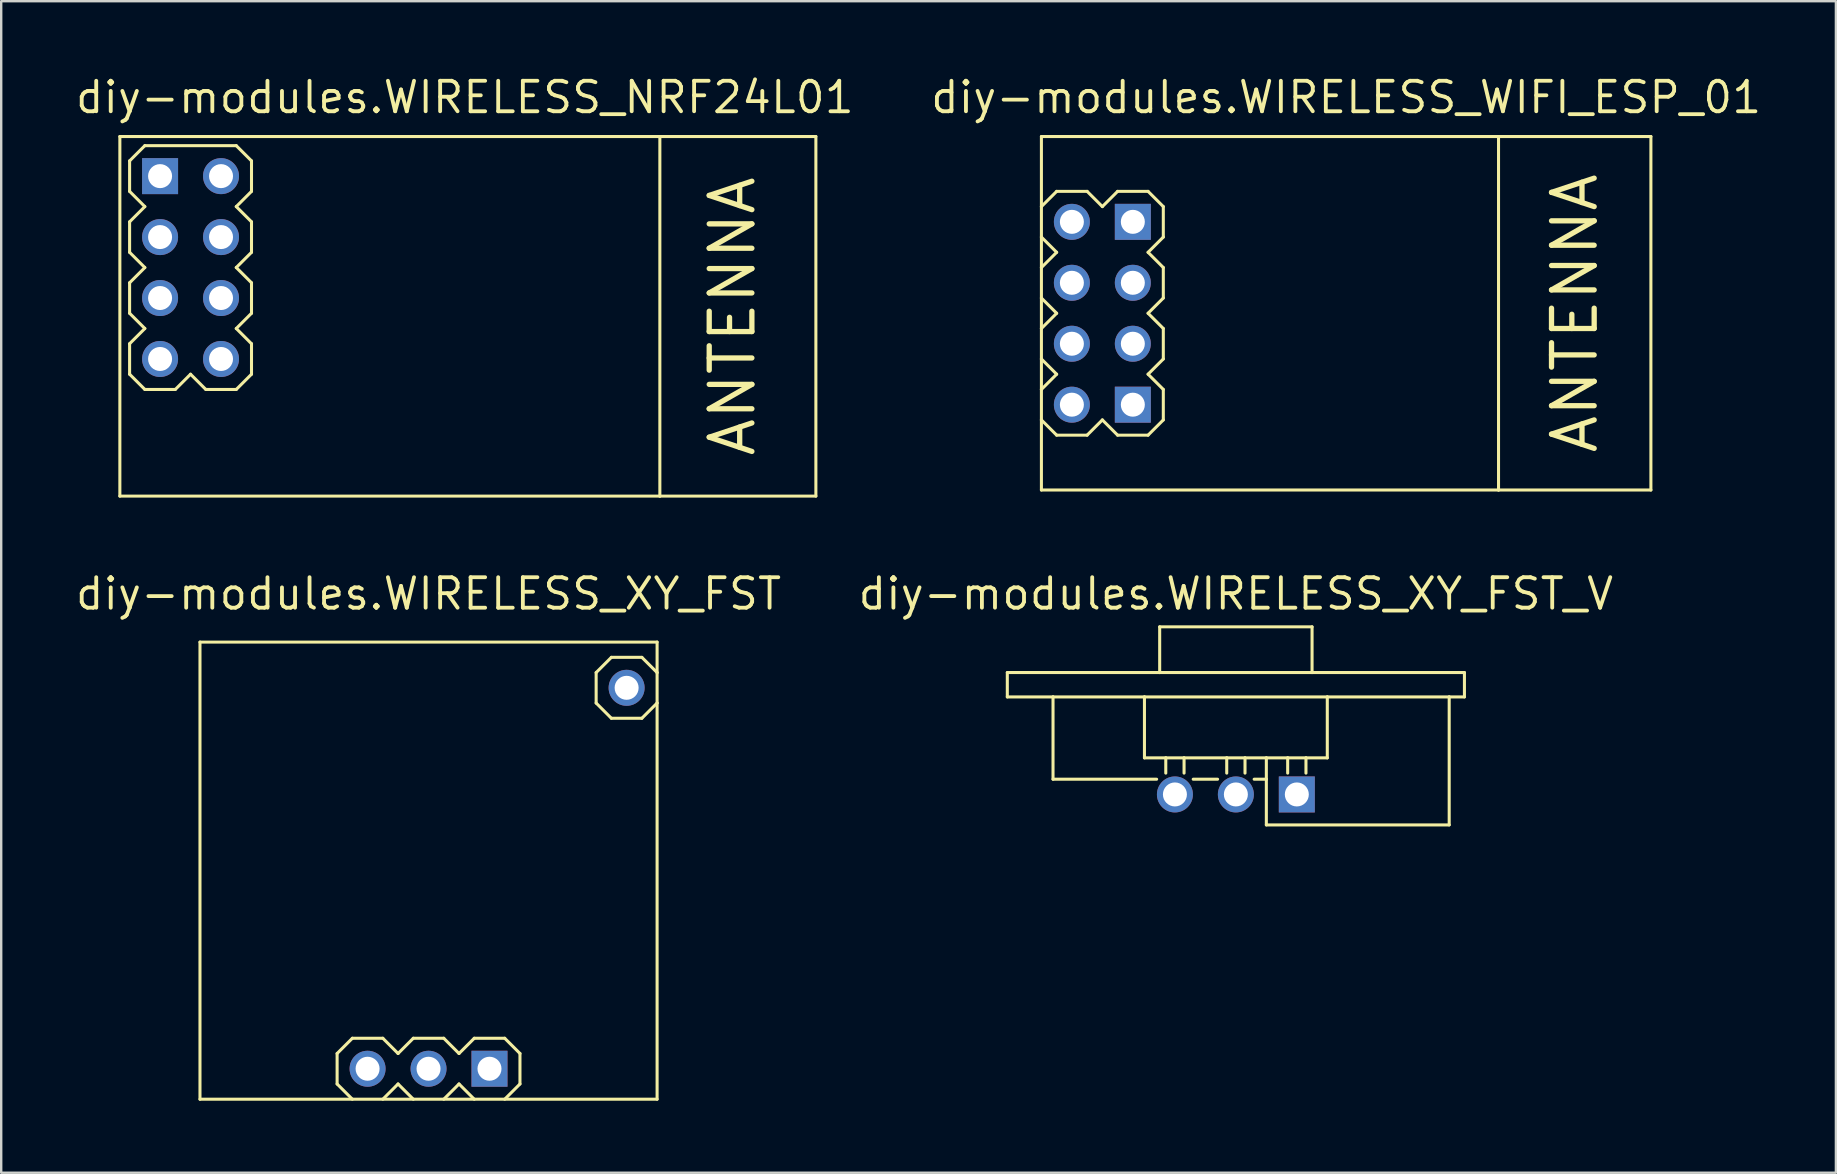
<source format=kicad_pcb>
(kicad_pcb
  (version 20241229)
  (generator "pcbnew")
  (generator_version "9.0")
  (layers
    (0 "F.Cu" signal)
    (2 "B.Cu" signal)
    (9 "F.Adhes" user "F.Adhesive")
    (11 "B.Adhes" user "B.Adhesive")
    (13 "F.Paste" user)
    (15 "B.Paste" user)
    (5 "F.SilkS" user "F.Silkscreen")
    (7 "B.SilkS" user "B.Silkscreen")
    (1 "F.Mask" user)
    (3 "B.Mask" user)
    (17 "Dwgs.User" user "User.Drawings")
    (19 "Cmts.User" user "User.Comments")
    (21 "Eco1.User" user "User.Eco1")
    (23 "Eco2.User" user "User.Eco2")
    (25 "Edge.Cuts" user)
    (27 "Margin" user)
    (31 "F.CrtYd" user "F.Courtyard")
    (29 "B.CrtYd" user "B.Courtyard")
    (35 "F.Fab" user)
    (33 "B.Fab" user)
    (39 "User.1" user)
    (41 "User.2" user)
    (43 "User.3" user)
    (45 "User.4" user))
  (footprint "diy-modules.WIRELESS_WIFI_ESP_01"
    (layer "F.Cu")
    (at 53.05 10.005)
    (property "Reference" "diy-modules.WIRELESS_WIFI_ESP_01" (at 0 -8.255 0) (layer "F.SilkS") (effects (font (size 1.27 1.27) (thickness 0.16)) (justify bottom)))
    (attr through_hole)
    (fp_line (start -12.7 -7.366) (end 6.35 -7.366) (stroke (width 0.127) (type default)) (layer "F.SilkS"))
    (fp_line (start -12.7 -4.445) (end -12.7 -7.366) (stroke (width 0.127) (type default)) (layer "F.SilkS"))
    (fp_line (start -12.7 -4.445) (end -12.065 -5.08) (stroke (width 0.127) (type default)) (layer "F.SilkS"))
    (fp_line (start -12.7 -3.175) (end -12.7 -4.445) (stroke (width 0.127) (type default)) (layer "F.SilkS"))
    (fp_line (start -12.7 -1.905) (end -12.7 -3.175) (stroke (width 0.127) (type default)) (layer "F.SilkS"))
    (fp_line (start -12.7 -1.905) (end -12.065 -2.54) (stroke (width 0.127) (type default)) (layer "F.SilkS"))
    (fp_line (start -12.7 -0.635) (end -12.7 -1.905) (stroke (width 0.127) (type default)) (layer "F.SilkS"))
    (fp_line (start -12.7 0.635) (end -12.7 -0.635) (stroke (width 0.127) (type default)) (layer "F.SilkS"))
    (fp_line (start -12.7 0.635) (end -12.065 0) (stroke (width 0.127) (type default)) (layer "F.SilkS"))
    (fp_line (start -12.7 1.905) (end -12.7 0.635) (stroke (width 0.127) (type default)) (layer "F.SilkS"))
    (fp_line (start -12.7 3.175) (end -12.7 1.905) (stroke (width 0.127) (type default)) (layer "F.SilkS"))
    (fp_line (start -12.7 3.175) (end -12.065 2.54) (stroke (width 0.127) (type default)) (layer "F.SilkS"))
    (fp_line (start -12.7 4.445) (end -12.7 3.175) (stroke (width 0.127) (type default)) (layer "F.SilkS"))
    (fp_line (start -12.7 7.366) (end -12.7 4.445) (stroke (width 0.127) (type default)) (layer "F.SilkS"))
    (fp_line (start -12.065 -5.08) (end -10.795 -5.08) (stroke (width 0.127) (type default)) (layer "F.SilkS"))
    (fp_line (start -12.065 -2.54) (end -12.7 -3.175) (stroke (width 0.127) (type default)) (layer "F.SilkS"))
    (fp_line (start -12.065 0) (end -12.7 -0.635) (stroke (width 0.127) (type default)) (layer "F.SilkS"))
    (fp_line (start -12.065 2.54) (end -12.7 1.905) (stroke (width 0.127) (type default)) (layer "F.SilkS"))
    (fp_line (start -12.065 5.08) (end -12.7 4.445) (stroke (width 0.127) (type default)) (layer "F.SilkS"))
    (fp_line (start -10.795 -5.08) (end -10.16 -4.445) (stroke (width 0.127) (type default)) (layer "F.SilkS"))
    (fp_line (start -10.795 5.08) (end -12.065 5.08) (stroke (width 0.127) (type default)) (layer "F.SilkS"))
    (fp_line (start -10.16 -4.445) (end -9.525 -5.08) (stroke (width 0.127) (type default)) (layer "F.SilkS"))
    (fp_line (start -10.16 4.445) (end -10.795 5.08) (stroke (width 0.127) (type default)) (layer "F.SilkS"))
    (fp_line (start -9.525 -5.08) (end -8.255 -5.08) (stroke (width 0.127) (type default)) (layer "F.SilkS"))
    (fp_line (start -9.525 5.08) (end -10.16 4.445) (stroke (width 0.127) (type default)) (layer "F.SilkS"))
    (fp_line (start -8.255 -5.08) (end -7.62 -4.445) (stroke (width 0.127) (type default)) (layer "F.SilkS"))
    (fp_line (start -8.255 -2.54) (end -7.62 -1.905) (stroke (width 0.127) (type default)) (layer "F.SilkS"))
    (fp_line (start -8.255 0) (end -7.62 0.635) (stroke (width 0.127) (type default)) (layer "F.SilkS"))
    (fp_line (start -8.255 2.54) (end -7.62 3.175) (stroke (width 0.127) (type default)) (layer "F.SilkS"))
    (fp_line (start -8.255 5.08) (end -9.525 5.08) (stroke (width 0.127) (type default)) (layer "F.SilkS"))
    (fp_line (start -7.62 -4.445) (end -7.62 -3.175) (stroke (width 0.127) (type default)) (layer "F.SilkS"))
    (fp_line (start -7.62 -3.175) (end -8.255 -2.54) (stroke (width 0.127) (type default)) (layer "F.SilkS"))
    (fp_line (start -7.62 -1.905) (end -7.62 -0.635) (stroke (width 0.127) (type default)) (layer "F.SilkS"))
    (fp_line (start -7.62 -0.635) (end -8.255 0) (stroke (width 0.127) (type default)) (layer "F.SilkS"))
    (fp_line (start -7.62 0.635) (end -7.62 1.905) (stroke (width 0.127) (type default)) (layer "F.SilkS"))
    (fp_line (start -7.62 1.905) (end -8.255 2.54) (stroke (width 0.127) (type default)) (layer "F.SilkS"))
    (fp_line (start -7.62 3.175) (end -7.62 4.445) (stroke (width 0.127) (type default)) (layer "F.SilkS"))
    (fp_line (start -7.62 4.445) (end -8.255 5.08) (stroke (width 0.127) (type default)) (layer "F.SilkS"))
    (fp_line (start 6.35 -7.366) (end 6.35 7.366) (stroke (width 0.127) (type default)) (layer "F.SilkS"))
    (fp_line (start 6.35 -7.366) (end 12.7 -7.366) (stroke (width 0.127) (type default)) (layer "F.SilkS"))
    (fp_line (start 6.35 7.366) (end -12.7 7.366) (stroke (width 0.127) (type default)) (layer "F.SilkS"))
    (fp_line (start 12.7 -7.366) (end 12.7 7.366) (stroke (width 0.127) (type default)) (layer "F.SilkS"))
    (fp_line (start 12.7 7.366) (end 6.35 7.366) (stroke (width 0.127) (type default)) (layer "F.SilkS"))
    (fp_text user "ANTENNA" (at 9.525 0 90) (layer "F.SilkS") (effects (font (size 1.778 1.778) (thickness 0.22))))
    (pad "A1" thru_hole rect (at -8.89 -3.81) (size 1.5 1.5) (drill 1) (layers "*.Cu" "*.Mask"))
    (pad "A2" thru_hole circle (at -11.43 -3.81) (size 1.5 1.5) (drill 1) (layers "*.Cu" "*.Mask"))
    (pad "B1" thru_hole circle (at -8.89 -1.27) (size 1.5 1.5) (drill 1) (layers "*.Cu" "*.Mask"))
    (pad "B2" thru_hole circle (at -11.43 -1.27) (size 1.5 1.5) (drill 1) (layers "*.Cu" "*.Mask"))
    (pad "C1" thru_hole circle (at -8.89 1.27) (size 1.5 1.5) (drill 1) (layers "*.Cu" "*.Mask"))
    (pad "C2" thru_hole circle (at -11.43 1.27) (size 1.5 1.5) (drill 1) (layers "*.Cu" "*.Mask"))
    (pad "D1" thru_hole rect (at -8.89 3.81) (size 1.5 1.5) (drill 1) (layers "*.Cu" "*.Mask"))
    (pad "D2" thru_hole circle (at -11.43 3.81) (size 1.5 1.5) (drill 1) (layers "*.Cu" "*.Mask")))
  (footprint "diy-modules.WIRELESS_XY_FST_V"
    (layer "F.Cu")
    (at 48.454 30.058)
    (property "Reference" "diy-modules.WIRELESS_XY_FST_V" (at 0 -7.62 0) (layer "F.SilkS") (effects (font (size 1.27 1.27) (thickness 0.16)) (justify bottom)))
    (attr through_hole)
    (fp_line (start -9.525 -5.08) (end -3.175 -5.08) (stroke (width 0.127) (type default)) (layer "F.SilkS"))
    (fp_line (start -9.525 -4.064) (end -9.525 -5.08) (stroke (width 0.127) (type default)) (layer "F.SilkS"))
    (fp_line (start -7.62 -4.064) (end -9.525 -4.064) (stroke (width 0.127) (type default)) (layer "F.SilkS"))
    (fp_line (start -7.62 -4.064) (end -7.62 -0.635) (stroke (width 0.127) (type default)) (layer "F.SilkS"))
    (fp_line (start -7.62 -0.635) (end -3.302 -0.635) (stroke (width 0.127) (type default)) (layer "F.SilkS"))
    (fp_line (start -3.81 -4.064) (end -7.62 -4.064) (stroke (width 0.127) (type default)) (layer "F.SilkS"))
    (fp_line (start -3.81 -1.524) (end -3.81 -4.064) (stroke (width 0.127) (type default)) (layer "F.SilkS"))
    (fp_line (start -3.175 -6.985) (end -3.175 -5.08) (stroke (width 0.127) (type default)) (layer "F.SilkS"))
    (fp_line (start -3.175 -5.08) (end 3.175 -5.08) (stroke (width 0.127) (type default)) (layer "F.SilkS"))
    (fp_line (start -2.921 -1.524) (end -3.81 -1.524) (stroke (width 0.127) (type default)) (layer "F.SilkS"))
    (fp_line (start -2.921 -1.524) (end -2.921 -0.889) (stroke (width 0.127) (type default)) (layer "F.SilkS"))
    (fp_line (start -2.159 -1.524) (end -2.921 -1.524) (stroke (width 0.127) (type default)) (layer "F.SilkS"))
    (fp_line (start -2.159 -1.524) (end -2.159 -0.889) (stroke (width 0.127) (type default)) (layer "F.SilkS"))
    (fp_line (start -1.778 -0.635) (end -0.762 -0.635) (stroke (width 0.127) (type default)) (layer "F.SilkS"))
    (fp_line (start -0.381 -1.524) (end -2.159 -1.524) (stroke (width 0.127) (type default)) (layer "F.SilkS"))
    (fp_line (start -0.381 -1.524) (end -0.381 -0.889) (stroke (width 0.127) (type default)) (layer "F.SilkS"))
    (fp_line (start 0.381 -1.524) (end -0.381 -1.524) (stroke (width 0.127) (type default)) (layer "F.SilkS"))
    (fp_line (start 0.381 -1.524) (end 0.381 -0.889) (stroke (width 0.127) (type default)) (layer "F.SilkS"))
    (fp_line (start 0.762 -0.635) (end 1.27 -0.635) (stroke (width 0.127) (type default)) (layer "F.SilkS"))
    (fp_line (start 1.27 -1.524) (end 0.381 -1.524) (stroke (width 0.127) (type default)) (layer "F.SilkS"))
    (fp_line (start 1.27 -0.635) (end 1.27 -1.524) (stroke (width 0.127) (type default)) (layer "F.SilkS"))
    (fp_line (start 1.27 1.27) (end 1.27 -0.635) (stroke (width 0.127) (type default)) (layer "F.SilkS"))
    (fp_line (start 2.159 -1.524) (end 1.27 -1.524) (stroke (width 0.127) (type default)) (layer "F.SilkS"))
    (fp_line (start 2.159 -1.524) (end 2.159 -0.889) (stroke (width 0.127) (type default)) (layer "F.SilkS"))
    (fp_line (start 2.921 -1.524) (end 2.159 -1.524) (stroke (width 0.127) (type default)) (layer "F.SilkS"))
    (fp_line (start 2.921 -1.524) (end 2.921 -0.889) (stroke (width 0.127) (type default)) (layer "F.SilkS"))
    (fp_line (start 3.175 -6.985) (end -3.175 -6.985) (stroke (width 0.127) (type default)) (layer "F.SilkS"))
    (fp_line (start 3.175 -5.08) (end 3.175 -6.985) (stroke (width 0.127) (type default)) (layer "F.SilkS"))
    (fp_line (start 3.175 -5.08) (end 9.525 -5.08) (stroke (width 0.127) (type default)) (layer "F.SilkS"))
    (fp_line (start 3.81 -4.064) (end -3.81 -4.064) (stroke (width 0.127) (type default)) (layer "F.SilkS"))
    (fp_line (start 3.81 -1.524) (end 2.921 -1.524) (stroke (width 0.127) (type default)) (layer "F.SilkS"))
    (fp_line (start 3.81 -1.524) (end 3.81 -4.064) (stroke (width 0.127) (type default)) (layer "F.SilkS"))
    (fp_line (start 8.89 -4.064) (end 3.81 -4.064) (stroke (width 0.127) (type default)) (layer "F.SilkS"))
    (fp_line (start 8.89 -4.064) (end 8.89 1.27) (stroke (width 0.127) (type default)) (layer "F.SilkS"))
    (fp_line (start 8.89 1.27) (end 1.27 1.27) (stroke (width 0.127) (type default)) (layer "F.SilkS"))
    (fp_line (start 9.525 -5.08) (end 9.525 -4.064) (stroke (width 0.127) (type default)) (layer "F.SilkS"))
    (fp_line (start 9.525 -4.064) (end 8.89 -4.064) (stroke (width 0.127) (type default)) (layer "F.SilkS"))
    (pad "1" thru_hole rect (at 2.54 0) (size 1.5 1.5) (drill 1) (layers "*.Cu" "*.Mask"))
    (pad "2" thru_hole circle (at 0 0) (size 1.5 1.5) (drill 1) (layers "*.Cu" "*.Mask"))
    (pad "3" thru_hole circle (at -2.54 0) (size 1.5 1.5) (drill 1) (layers "*.Cu" "*.Mask")))
  (footprint "diy-modules.WIRELESS_NRF24L01"
    (layer "F.Cu")
    (at 16.321 10.64)
    (property "Reference" "diy-modules.WIRELESS_NRF24L01" (at 0 -8.89 0) (layer "F.SilkS") (effects (font (size 1.27 1.27) (thickness 0.16)) (justify bottom)))
    (attr through_hole)
    (fp_line (start -14.376 -8.001) (end 8.128 -8.001) (stroke (width 0.127) (type default)) (layer "F.SilkS"))
    (fp_line (start -14.376 6.985) (end -14.376 -8.001) (stroke (width 0.127) (type default)) (layer "F.SilkS"))
    (fp_line (start -13.97 -6.985) (end -13.335 -7.62) (stroke (width 0.127) (type default)) (layer "F.SilkS"))
    (fp_line (start -13.97 -5.715) (end -13.97 -6.985) (stroke (width 0.127) (type default)) (layer "F.SilkS"))
    (fp_line (start -13.97 -4.445) (end -13.335 -5.08) (stroke (width 0.127) (type default)) (layer "F.SilkS"))
    (fp_line (start -13.97 -3.175) (end -13.97 -4.445) (stroke (width 0.127) (type default)) (layer "F.SilkS"))
    (fp_line (start -13.97 -1.905) (end -13.335 -2.54) (stroke (width 0.127) (type default)) (layer "F.SilkS"))
    (fp_line (start -13.97 -0.635) (end -13.97 -1.905) (stroke (width 0.127) (type default)) (layer "F.SilkS"))
    (fp_line (start -13.97 0.635) (end -13.335 0) (stroke (width 0.127) (type default)) (layer "F.SilkS"))
    (fp_line (start -13.97 1.905) (end -13.97 0.635) (stroke (width 0.127) (type default)) (layer "F.SilkS"))
    (fp_line (start -13.335 -7.62) (end -9.525 -7.62) (stroke (width 0.127) (type default)) (layer "F.SilkS"))
    (fp_line (start -13.335 -5.08) (end -13.97 -5.715) (stroke (width 0.127) (type default)) (layer "F.SilkS"))
    (fp_line (start -13.335 -2.54) (end -13.97 -3.175) (stroke (width 0.127) (type default)) (layer "F.SilkS"))
    (fp_line (start -13.335 0) (end -13.97 -0.635) (stroke (width 0.127) (type default)) (layer "F.SilkS"))
    (fp_line (start -13.335 2.54) (end -13.97 1.905) (stroke (width 0.127) (type default)) (layer "F.SilkS"))
    (fp_line (start -12.065 2.54) (end -13.335 2.54) (stroke (width 0.127) (type default)) (layer "F.SilkS"))
    (fp_line (start -11.43 1.905) (end -12.065 2.54) (stroke (width 0.127) (type default)) (layer "F.SilkS"))
    (fp_line (start -10.795 2.54) (end -11.43 1.905) (stroke (width 0.127) (type default)) (layer "F.SilkS"))
    (fp_line (start -9.525 -7.62) (end -8.89 -6.985) (stroke (width 0.127) (type default)) (layer "F.SilkS"))
    (fp_line (start -9.525 -5.08) (end -8.89 -4.445) (stroke (width 0.127) (type default)) (layer "F.SilkS"))
    (fp_line (start -9.525 -2.54) (end -8.89 -1.905) (stroke (width 0.127) (type default)) (layer "F.SilkS"))
    (fp_line (start -9.525 0) (end -8.89 0.635) (stroke (width 0.127) (type default)) (layer "F.SilkS"))
    (fp_line (start -9.525 2.54) (end -10.795 2.54) (stroke (width 0.127) (type default)) (layer "F.SilkS"))
    (fp_line (start -8.89 -6.985) (end -8.89 -5.715) (stroke (width 0.127) (type default)) (layer "F.SilkS"))
    (fp_line (start -8.89 -5.715) (end -9.525 -5.08) (stroke (width 0.127) (type default)) (layer "F.SilkS"))
    (fp_line (start -8.89 -4.445) (end -8.89 -3.175) (stroke (width 0.127) (type default)) (layer "F.SilkS"))
    (fp_line (start -8.89 -3.175) (end -9.525 -2.54) (stroke (width 0.127) (type default)) (layer "F.SilkS"))
    (fp_line (start -8.89 -1.905) (end -8.89 -0.635) (stroke (width 0.127) (type default)) (layer "F.SilkS"))
    (fp_line (start -8.89 -0.635) (end -9.525 0) (stroke (width 0.127) (type default)) (layer "F.SilkS"))
    (fp_line (start -8.89 0.635) (end -8.89 1.905) (stroke (width 0.127) (type default)) (layer "F.SilkS"))
    (fp_line (start -8.89 1.905) (end -9.525 2.54) (stroke (width 0.127) (type default)) (layer "F.SilkS"))
    (fp_line (start 8.128 -8.001) (end 8.128 6.985) (stroke (width 0.127) (type default)) (layer "F.SilkS"))
    (fp_line (start 8.128 -8.001) (end 14.63 -8.001) (stroke (width 0.127) (type default)) (layer "F.SilkS"))
    (fp_line (start 8.128 6.985) (end -14.376 6.985) (stroke (width 0.127) (type default)) (layer "F.SilkS"))
    (fp_line (start 14.63 -8.001) (end 14.63 6.985) (stroke (width 0.127) (type default)) (layer "F.SilkS"))
    (fp_line (start 14.63 6.985) (end 8.128 6.985) (stroke (width 0.127) (type default)) (layer "F.SilkS"))
    (fp_text user "ANTENNA" (at 12.192 -0.508 90) (layer "F.SilkS") (effects (font (size 1.778 1.778) (thickness 0.22)) (justify bottom)))
    (pad "1" thru_hole rect (at -12.7 -6.35) (size 1.5 1.5) (drill 1) (layers "*.Cu" "*.Mask"))
    (pad "2" thru_hole circle (at -10.16 -6.35) (size 1.5 1.5) (drill 1) (layers "*.Cu" "*.Mask"))
    (pad "3" thru_hole circle (at -12.7 -3.81) (size 1.5 1.5) (drill 1) (layers "*.Cu" "*.Mask"))
    (pad "4" thru_hole circle (at -10.16 -3.81) (size 1.5 1.5) (drill 1) (layers "*.Cu" "*.Mask"))
    (pad "5" thru_hole circle (at -12.7 -1.27) (size 1.5 1.5) (drill 1) (layers "*.Cu" "*.Mask"))
    (pad "6" thru_hole circle (at -10.16 -1.27) (size 1.5 1.5) (drill 1) (layers "*.Cu" "*.Mask"))
    (pad "7" thru_hole circle (at -12.7 1.27) (size 1.5 1.5) (drill 1) (layers "*.Cu" "*.Mask"))
    (pad "8" thru_hole circle (at -10.16 1.27) (size 1.5 1.5) (drill 1) (layers "*.Cu" "*.Mask")))
  (footprint "diy-modules.WIRELESS_XY_FST"
    (layer "F.Cu")
    (at 14.809 32.599)
    (property "Reference" "diy-modules.WIRELESS_XY_FST" (at 0 -10.16 0) (layer "F.SilkS") (effects (font (size 1.27 1.27) (thickness 0.16)) (justify bottom)))
    (attr through_hole)
    (fp_line (start -9.525 -8.89) (end -9.525 10.16) (stroke (width 0.127) (type default)) (layer "F.SilkS"))
    (fp_line (start -9.525 10.16) (end 9.525 10.16) (stroke (width 0.127) (type default)) (layer "F.SilkS"))
    (fp_line (start -3.81 8.255) (end -3.175 7.62) (stroke (width 0.127) (type default)) (layer "F.SilkS"))
    (fp_line (start -3.81 9.525) (end -3.81 8.255) (stroke (width 0.127) (type default)) (layer "F.SilkS"))
    (fp_line (start -3.175 7.62) (end -1.905 7.62) (stroke (width 0.127) (type default)) (layer "F.SilkS"))
    (fp_line (start -3.175 10.16) (end -3.81 9.525) (stroke (width 0.127) (type default)) (layer "F.SilkS"))
    (fp_line (start -1.905 7.62) (end -1.27 8.255) (stroke (width 0.127) (type default)) (layer "F.SilkS"))
    (fp_line (start -1.27 8.255) (end -0.635 7.62) (stroke (width 0.127) (type default)) (layer "F.SilkS"))
    (fp_line (start -1.27 9.525) (end -1.905 10.16) (stroke (width 0.127) (type default)) (layer "F.SilkS"))
    (fp_line (start -0.635 7.62) (end 0.635 7.62) (stroke (width 0.127) (type default)) (layer "F.SilkS"))
    (fp_line (start -0.635 10.16) (end -1.27 9.525) (stroke (width 0.127) (type default)) (layer "F.SilkS"))
    (fp_line (start 0.635 7.62) (end 1.27 8.255) (stroke (width 0.127) (type default)) (layer "F.SilkS"))
    (fp_line (start 1.27 8.255) (end 1.905 7.62) (stroke (width 0.127) (type default)) (layer "F.SilkS"))
    (fp_line (start 1.27 9.525) (end 0.635 10.16) (stroke (width 0.127) (type default)) (layer "F.SilkS"))
    (fp_line (start 1.905 7.62) (end 3.175 7.62) (stroke (width 0.127) (type default)) (layer "F.SilkS"))
    (fp_line (start 1.905 10.16) (end 1.27 9.525) (stroke (width 0.127) (type default)) (layer "F.SilkS"))
    (fp_line (start 3.81 8.255) (end 3.175 7.62) (stroke (width 0.127) (type default)) (layer "F.SilkS"))
    (fp_line (start 3.81 9.525) (end 3.175 10.16) (stroke (width 0.127) (type default)) (layer "F.SilkS"))
    (fp_line (start 3.81 9.525) (end 3.81 8.255) (stroke (width 0.127) (type default)) (layer "F.SilkS"))
    (fp_line (start 6.985 -7.62) (end 6.985 -6.35) (stroke (width 0.127) (type default)) (layer "F.SilkS"))
    (fp_line (start 6.985 -6.35) (end 7.62 -5.715) (stroke (width 0.127) (type default)) (layer "F.SilkS"))
    (fp_line (start 7.62 -8.255) (end 6.985 -7.62) (stroke (width 0.127) (type default)) (layer "F.SilkS"))
    (fp_line (start 7.62 -5.715) (end 8.89 -5.715) (stroke (width 0.127) (type default)) (layer "F.SilkS"))
    (fp_line (start 8.89 -8.255) (end 7.62 -8.255) (stroke (width 0.127) (type default)) (layer "F.SilkS"))
    (fp_line (start 8.89 -5.715) (end 9.525 -6.35) (stroke (width 0.127) (type default)) (layer "F.SilkS"))
    (fp_line (start 9.525 -8.89) (end -9.525 -8.89) (stroke (width 0.127) (type default)) (layer "F.SilkS"))
    (fp_line (start 9.525 -7.62) (end 8.89 -8.255) (stroke (width 0.127) (type default)) (layer "F.SilkS"))
    (fp_line (start 9.525 -7.62) (end 9.525 -8.89) (stroke (width 0.127) (type default)) (layer "F.SilkS"))
    (fp_line (start 9.525 -6.35) (end 9.525 -7.62) (stroke (width 0.127) (type default)) (layer "F.SilkS"))
    (fp_line (start 9.525 10.16) (end 9.525 -6.35) (stroke (width 0.127) (type default)) (layer "F.SilkS"))
    (pad "1" thru_hole rect (at 2.54 8.89) (size 1.5 1.5) (drill 1) (layers "*.Cu" "*.Mask"))
    (pad "2" thru_hole circle (at 0 8.89) (size 1.5 1.5) (drill 1) (layers "*.Cu" "*.Mask"))
    (pad "3" thru_hole circle (at -2.54 8.89) (size 1.5 1.5) (drill 1) (layers "*.Cu" "*.Mask"))
    (pad "ANT" thru_hole circle (at 8.255 -6.985) (size 1.5 1.5) (drill 1) (layers "*.Cu" "*.Mask")))
  (gr_rect
    (start -3 -3)
    (end 73.46 45.822)
    (stroke (width 0.1) (type default))
    (fill no)
    (layer "Edge.Cuts")))
</source>
